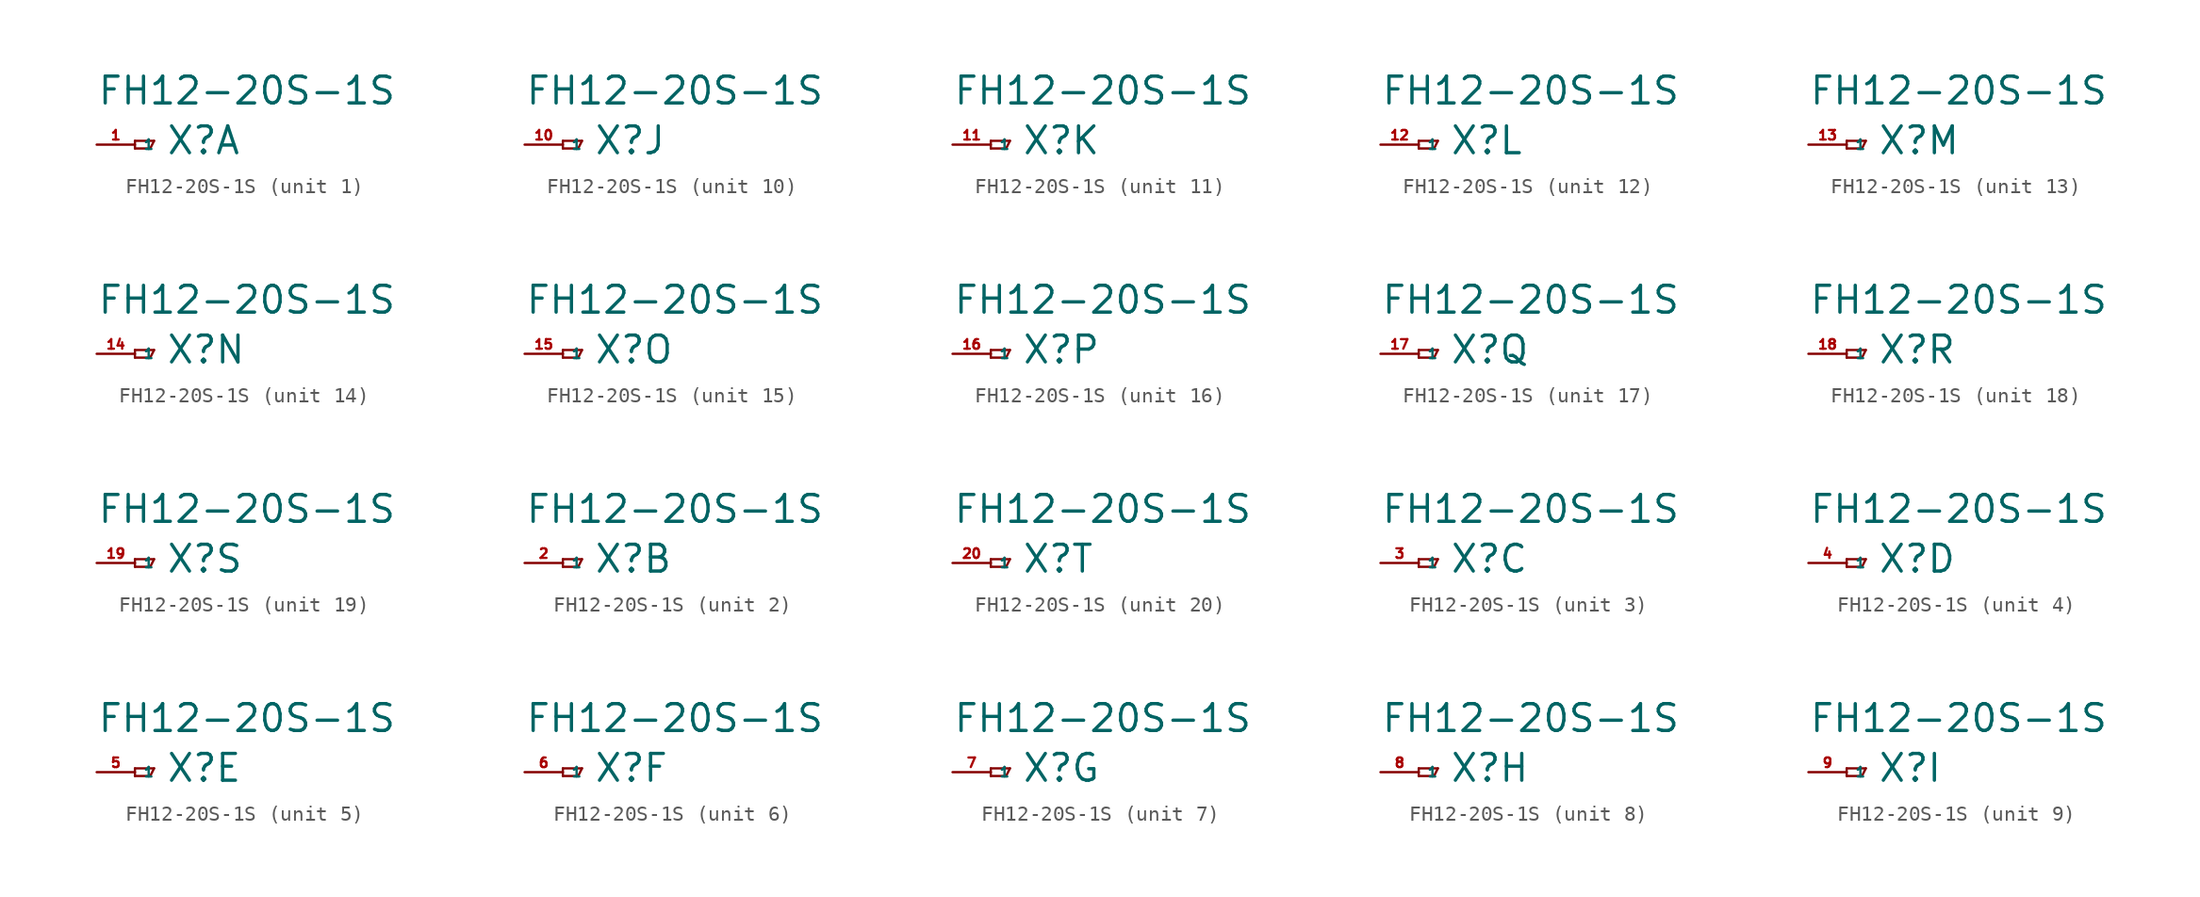
<source format=kicad_sym>
(kicad_symbol_lib
  (version 20220914)
  (generator Eagle2Kicad)
  (symbol "FH12-20S-1S"
    (property "Reference" "X"
      (at 2.032 -0.762 0)
      (effects (font (size 1.778 1.778) (thickness 0.22)) (justify left bottom)))
    (property "Value" "FH12-20S-1S"
      (at -2.54 2.54 0)
      (effects (font (size 1.778 1.778) (thickness 0.22)) (justify left bottom)))
    (symbol "FH12-20S-1S_1_0"
      (polyline (pts (xy 0 0.254) (xy 0 -0.254)) (stroke (width 0.152) (type default)) (fill (type none)))
      (polyline (pts (xy 0 -0.254) (xy 1.016 -0.254)) (stroke (width 0.152) (type default)) (fill (type none)))
      (polyline (pts (xy 1.016 -0.254) (xy 1.27 0.254)) (stroke (width 0.152) (type default)) (fill (type none)))
      (polyline (pts (xy 1.27 0.254) (xy 0 0.254)) (stroke (width 0.152) (type default)) (fill (type none)))
      (pin passive line (at -2.54 0 0) (length 2.54) (name "1" (effects (font (size 0.635 0.635) (thickness 0.08)) (justify left bottom))) (number "1" (effects (font (size 0.635 0.635) (thickness 0.08)) (justify left bottom)))))
    (symbol "FH12-20S-1S_2_0"
      (polyline (pts (xy 0 0.254) (xy 0 -0.254)) (stroke (width 0.152) (type default)) (fill (type none)))
      (polyline (pts (xy 0 -0.254) (xy 1.016 -0.254)) (stroke (width 0.152) (type default)) (fill (type none)))
      (polyline (pts (xy 1.016 -0.254) (xy 1.27 0.254)) (stroke (width 0.152) (type default)) (fill (type none)))
      (polyline (pts (xy 1.27 0.254) (xy 0 0.254)) (stroke (width 0.152) (type default)) (fill (type none)))
      (pin passive line (at -2.54 0 0) (length 2.54) (name "1" (effects (font (size 0.635 0.635) (thickness 0.08)) (justify left bottom))) (number "2" (effects (font (size 0.635 0.635) (thickness 0.08)) (justify left bottom)))))
    (symbol "FH12-20S-1S_3_0"
      (polyline (pts (xy 0 0.254) (xy 0 -0.254)) (stroke (width 0.152) (type default)) (fill (type none)))
      (polyline (pts (xy 0 -0.254) (xy 1.016 -0.254)) (stroke (width 0.152) (type default)) (fill (type none)))
      (polyline (pts (xy 1.016 -0.254) (xy 1.27 0.254)) (stroke (width 0.152) (type default)) (fill (type none)))
      (polyline (pts (xy 1.27 0.254) (xy 0 0.254)) (stroke (width 0.152) (type default)) (fill (type none)))
      (pin passive line (at -2.54 0 0) (length 2.54) (name "1" (effects (font (size 0.635 0.635) (thickness 0.08)) (justify left bottom))) (number "3" (effects (font (size 0.635 0.635) (thickness 0.08)) (justify left bottom)))))
    (symbol "FH12-20S-1S_4_0"
      (polyline (pts (xy 0 0.254) (xy 0 -0.254)) (stroke (width 0.152) (type default)) (fill (type none)))
      (polyline (pts (xy 0 -0.254) (xy 1.016 -0.254)) (stroke (width 0.152) (type default)) (fill (type none)))
      (polyline (pts (xy 1.016 -0.254) (xy 1.27 0.254)) (stroke (width 0.152) (type default)) (fill (type none)))
      (polyline (pts (xy 1.27 0.254) (xy 0 0.254)) (stroke (width 0.152) (type default)) (fill (type none)))
      (pin passive line (at -2.54 0 0) (length 2.54) (name "1" (effects (font (size 0.635 0.635) (thickness 0.08)) (justify left bottom))) (number "4" (effects (font (size 0.635 0.635) (thickness 0.08)) (justify left bottom)))))
    (symbol "FH12-20S-1S_5_0"
      (polyline (pts (xy 0 0.254) (xy 0 -0.254)) (stroke (width 0.152) (type default)) (fill (type none)))
      (polyline (pts (xy 0 -0.254) (xy 1.016 -0.254)) (stroke (width 0.152) (type default)) (fill (type none)))
      (polyline (pts (xy 1.016 -0.254) (xy 1.27 0.254)) (stroke (width 0.152) (type default)) (fill (type none)))
      (polyline (pts (xy 1.27 0.254) (xy 0 0.254)) (stroke (width 0.152) (type default)) (fill (type none)))
      (pin passive line (at -2.54 0 0) (length 2.54) (name "1" (effects (font (size 0.635 0.635) (thickness 0.08)) (justify left bottom))) (number "5" (effects (font (size 0.635 0.635) (thickness 0.08)) (justify left bottom)))))
    (symbol "FH12-20S-1S_6_0"
      (polyline (pts (xy 0 0.254) (xy 0 -0.254)) (stroke (width 0.152) (type default)) (fill (type none)))
      (polyline (pts (xy 0 -0.254) (xy 1.016 -0.254)) (stroke (width 0.152) (type default)) (fill (type none)))
      (polyline (pts (xy 1.016 -0.254) (xy 1.27 0.254)) (stroke (width 0.152) (type default)) (fill (type none)))
      (polyline (pts (xy 1.27 0.254) (xy 0 0.254)) (stroke (width 0.152) (type default)) (fill (type none)))
      (pin passive line (at -2.54 0 0) (length 2.54) (name "1" (effects (font (size 0.635 0.635) (thickness 0.08)) (justify left bottom))) (number "6" (effects (font (size 0.635 0.635) (thickness 0.08)) (justify left bottom)))))
    (symbol "FH12-20S-1S_7_0"
      (polyline (pts (xy 0 0.254) (xy 0 -0.254)) (stroke (width 0.152) (type default)) (fill (type none)))
      (polyline (pts (xy 0 -0.254) (xy 1.016 -0.254)) (stroke (width 0.152) (type default)) (fill (type none)))
      (polyline (pts (xy 1.016 -0.254) (xy 1.27 0.254)) (stroke (width 0.152) (type default)) (fill (type none)))
      (polyline (pts (xy 1.27 0.254) (xy 0 0.254)) (stroke (width 0.152) (type default)) (fill (type none)))
      (pin passive line (at -2.54 0 0) (length 2.54) (name "1" (effects (font (size 0.635 0.635) (thickness 0.08)) (justify left bottom))) (number "7" (effects (font (size 0.635 0.635) (thickness 0.08)) (justify left bottom)))))
    (symbol "FH12-20S-1S_8_0"
      (polyline (pts (xy 0 0.254) (xy 0 -0.254)) (stroke (width 0.152) (type default)) (fill (type none)))
      (polyline (pts (xy 0 -0.254) (xy 1.016 -0.254)) (stroke (width 0.152) (type default)) (fill (type none)))
      (polyline (pts (xy 1.016 -0.254) (xy 1.27 0.254)) (stroke (width 0.152) (type default)) (fill (type none)))
      (polyline (pts (xy 1.27 0.254) (xy 0 0.254)) (stroke (width 0.152) (type default)) (fill (type none)))
      (pin passive line (at -2.54 0 0) (length 2.54) (name "1" (effects (font (size 0.635 0.635) (thickness 0.08)) (justify left bottom))) (number "8" (effects (font (size 0.635 0.635) (thickness 0.08)) (justify left bottom)))))
    (symbol "FH12-20S-1S_9_0"
      (polyline (pts (xy 0 0.254) (xy 0 -0.254)) (stroke (width 0.152) (type default)) (fill (type none)))
      (polyline (pts (xy 0 -0.254) (xy 1.016 -0.254)) (stroke (width 0.152) (type default)) (fill (type none)))
      (polyline (pts (xy 1.016 -0.254) (xy 1.27 0.254)) (stroke (width 0.152) (type default)) (fill (type none)))
      (polyline (pts (xy 1.27 0.254) (xy 0 0.254)) (stroke (width 0.152) (type default)) (fill (type none)))
      (pin passive line (at -2.54 0 0) (length 2.54) (name "1" (effects (font (size 0.635 0.635) (thickness 0.08)) (justify left bottom))) (number "9" (effects (font (size 0.635 0.635) (thickness 0.08)) (justify left bottom)))))
    (symbol "FH12-20S-1S_10_0"
      (polyline (pts (xy 0 0.254) (xy 0 -0.254)) (stroke (width 0.152) (type default)) (fill (type none)))
      (polyline (pts (xy 0 -0.254) (xy 1.016 -0.254)) (stroke (width 0.152) (type default)) (fill (type none)))
      (polyline (pts (xy 1.016 -0.254) (xy 1.27 0.254)) (stroke (width 0.152) (type default)) (fill (type none)))
      (polyline (pts (xy 1.27 0.254) (xy 0 0.254)) (stroke (width 0.152) (type default)) (fill (type none)))
      (pin passive line (at -2.54 0 0) (length 2.54) (name "1" (effects (font (size 0.635 0.635) (thickness 0.08)) (justify left bottom))) (number "10" (effects (font (size 0.635 0.635) (thickness 0.08)) (justify left bottom)))))
    (symbol "FH12-20S-1S_11_0"
      (polyline (pts (xy 0 0.254) (xy 0 -0.254)) (stroke (width 0.152) (type default)) (fill (type none)))
      (polyline (pts (xy 0 -0.254) (xy 1.016 -0.254)) (stroke (width 0.152) (type default)) (fill (type none)))
      (polyline (pts (xy 1.016 -0.254) (xy 1.27 0.254)) (stroke (width 0.152) (type default)) (fill (type none)))
      (polyline (pts (xy 1.27 0.254) (xy 0 0.254)) (stroke (width 0.152) (type default)) (fill (type none)))
      (pin passive line (at -2.54 0 0) (length 2.54) (name "1" (effects (font (size 0.635 0.635) (thickness 0.08)) (justify left bottom))) (number "11" (effects (font (size 0.635 0.635) (thickness 0.08)) (justify left bottom)))))
    (symbol "FH12-20S-1S_12_0"
      (polyline (pts (xy 0 0.254) (xy 0 -0.254)) (stroke (width 0.152) (type default)) (fill (type none)))
      (polyline (pts (xy 0 -0.254) (xy 1.016 -0.254)) (stroke (width 0.152) (type default)) (fill (type none)))
      (polyline (pts (xy 1.016 -0.254) (xy 1.27 0.254)) (stroke (width 0.152) (type default)) (fill (type none)))
      (polyline (pts (xy 1.27 0.254) (xy 0 0.254)) (stroke (width 0.152) (type default)) (fill (type none)))
      (pin passive line (at -2.54 0 0) (length 2.54) (name "1" (effects (font (size 0.635 0.635) (thickness 0.08)) (justify left bottom))) (number "12" (effects (font (size 0.635 0.635) (thickness 0.08)) (justify left bottom)))))
    (symbol "FH12-20S-1S_13_0"
      (polyline (pts (xy 0 0.254) (xy 0 -0.254)) (stroke (width 0.152) (type default)) (fill (type none)))
      (polyline (pts (xy 0 -0.254) (xy 1.016 -0.254)) (stroke (width 0.152) (type default)) (fill (type none)))
      (polyline (pts (xy 1.016 -0.254) (xy 1.27 0.254)) (stroke (width 0.152) (type default)) (fill (type none)))
      (polyline (pts (xy 1.27 0.254) (xy 0 0.254)) (stroke (width 0.152) (type default)) (fill (type none)))
      (pin passive line (at -2.54 0 0) (length 2.54) (name "1" (effects (font (size 0.635 0.635) (thickness 0.08)) (justify left bottom))) (number "13" (effects (font (size 0.635 0.635) (thickness 0.08)) (justify left bottom)))))
    (symbol "FH12-20S-1S_14_0"
      (polyline (pts (xy 0 0.254) (xy 0 -0.254)) (stroke (width 0.152) (type default)) (fill (type none)))
      (polyline (pts (xy 0 -0.254) (xy 1.016 -0.254)) (stroke (width 0.152) (type default)) (fill (type none)))
      (polyline (pts (xy 1.016 -0.254) (xy 1.27 0.254)) (stroke (width 0.152) (type default)) (fill (type none)))
      (polyline (pts (xy 1.27 0.254) (xy 0 0.254)) (stroke (width 0.152) (type default)) (fill (type none)))
      (pin passive line (at -2.54 0 0) (length 2.54) (name "1" (effects (font (size 0.635 0.635) (thickness 0.08)) (justify left bottom))) (number "14" (effects (font (size 0.635 0.635) (thickness 0.08)) (justify left bottom)))))
    (symbol "FH12-20S-1S_15_0"
      (polyline (pts (xy 0 0.254) (xy 0 -0.254)) (stroke (width 0.152) (type default)) (fill (type none)))
      (polyline (pts (xy 0 -0.254) (xy 1.016 -0.254)) (stroke (width 0.152) (type default)) (fill (type none)))
      (polyline (pts (xy 1.016 -0.254) (xy 1.27 0.254)) (stroke (width 0.152) (type default)) (fill (type none)))
      (polyline (pts (xy 1.27 0.254) (xy 0 0.254)) (stroke (width 0.152) (type default)) (fill (type none)))
      (pin passive line (at -2.54 0 0) (length 2.54) (name "1" (effects (font (size 0.635 0.635) (thickness 0.08)) (justify left bottom))) (number "15" (effects (font (size 0.635 0.635) (thickness 0.08)) (justify left bottom)))))
    (symbol "FH12-20S-1S_16_0"
      (polyline (pts (xy 0 0.254) (xy 0 -0.254)) (stroke (width 0.152) (type default)) (fill (type none)))
      (polyline (pts (xy 0 -0.254) (xy 1.016 -0.254)) (stroke (width 0.152) (type default)) (fill (type none)))
      (polyline (pts (xy 1.016 -0.254) (xy 1.27 0.254)) (stroke (width 0.152) (type default)) (fill (type none)))
      (polyline (pts (xy 1.27 0.254) (xy 0 0.254)) (stroke (width 0.152) (type default)) (fill (type none)))
      (pin passive line (at -2.54 0 0) (length 2.54) (name "1" (effects (font (size 0.635 0.635) (thickness 0.08)) (justify left bottom))) (number "16" (effects (font (size 0.635 0.635) (thickness 0.08)) (justify left bottom)))))
    (symbol "FH12-20S-1S_17_0"
      (polyline (pts (xy 0 0.254) (xy 0 -0.254)) (stroke (width 0.152) (type default)) (fill (type none)))
      (polyline (pts (xy 0 -0.254) (xy 1.016 -0.254)) (stroke (width 0.152) (type default)) (fill (type none)))
      (polyline (pts (xy 1.016 -0.254) (xy 1.27 0.254)) (stroke (width 0.152) (type default)) (fill (type none)))
      (polyline (pts (xy 1.27 0.254) (xy 0 0.254)) (stroke (width 0.152) (type default)) (fill (type none)))
      (pin passive line (at -2.54 0 0) (length 2.54) (name "1" (effects (font (size 0.635 0.635) (thickness 0.08)) (justify left bottom))) (number "17" (effects (font (size 0.635 0.635) (thickness 0.08)) (justify left bottom)))))
    (symbol "FH12-20S-1S_18_0"
      (polyline (pts (xy 0 0.254) (xy 0 -0.254)) (stroke (width 0.152) (type default)) (fill (type none)))
      (polyline (pts (xy 0 -0.254) (xy 1.016 -0.254)) (stroke (width 0.152) (type default)) (fill (type none)))
      (polyline (pts (xy 1.016 -0.254) (xy 1.27 0.254)) (stroke (width 0.152) (type default)) (fill (type none)))
      (polyline (pts (xy 1.27 0.254) (xy 0 0.254)) (stroke (width 0.152) (type default)) (fill (type none)))
      (pin passive line (at -2.54 0 0) (length 2.54) (name "1" (effects (font (size 0.635 0.635) (thickness 0.08)) (justify left bottom))) (number "18" (effects (font (size 0.635 0.635) (thickness 0.08)) (justify left bottom)))))
    (symbol "FH12-20S-1S_19_0"
      (polyline (pts (xy 0 0.254) (xy 0 -0.254)) (stroke (width 0.152) (type default)) (fill (type none)))
      (polyline (pts (xy 0 -0.254) (xy 1.016 -0.254)) (stroke (width 0.152) (type default)) (fill (type none)))
      (polyline (pts (xy 1.016 -0.254) (xy 1.27 0.254)) (stroke (width 0.152) (type default)) (fill (type none)))
      (polyline (pts (xy 1.27 0.254) (xy 0 0.254)) (stroke (width 0.152) (type default)) (fill (type none)))
      (pin passive line (at -2.54 0 0) (length 2.54) (name "1" (effects (font (size 0.635 0.635) (thickness 0.08)) (justify left bottom))) (number "19" (effects (font (size 0.635 0.635) (thickness 0.08)) (justify left bottom)))))
    (symbol "FH12-20S-1S_20_0"
      (polyline (pts (xy 0 0.254) (xy 0 -0.254)) (stroke (width 0.152) (type default)) (fill (type none)))
      (polyline (pts (xy 0 -0.254) (xy 1.016 -0.254)) (stroke (width 0.152) (type default)) (fill (type none)))
      (polyline (pts (xy 1.016 -0.254) (xy 1.27 0.254)) (stroke (width 0.152) (type default)) (fill (type none)))
      (polyline (pts (xy 1.27 0.254) (xy 0 0.254)) (stroke (width 0.152) (type default)) (fill (type none)))
      (pin passive line (at -2.54 0 0) (length 2.54) (name "1" (effects (font (size 0.635 0.635) (thickness 0.08)) (justify left bottom))) (number "20" (effects (font (size 0.635 0.635) (thickness 0.08)) (justify left bottom)))))))
</source>
